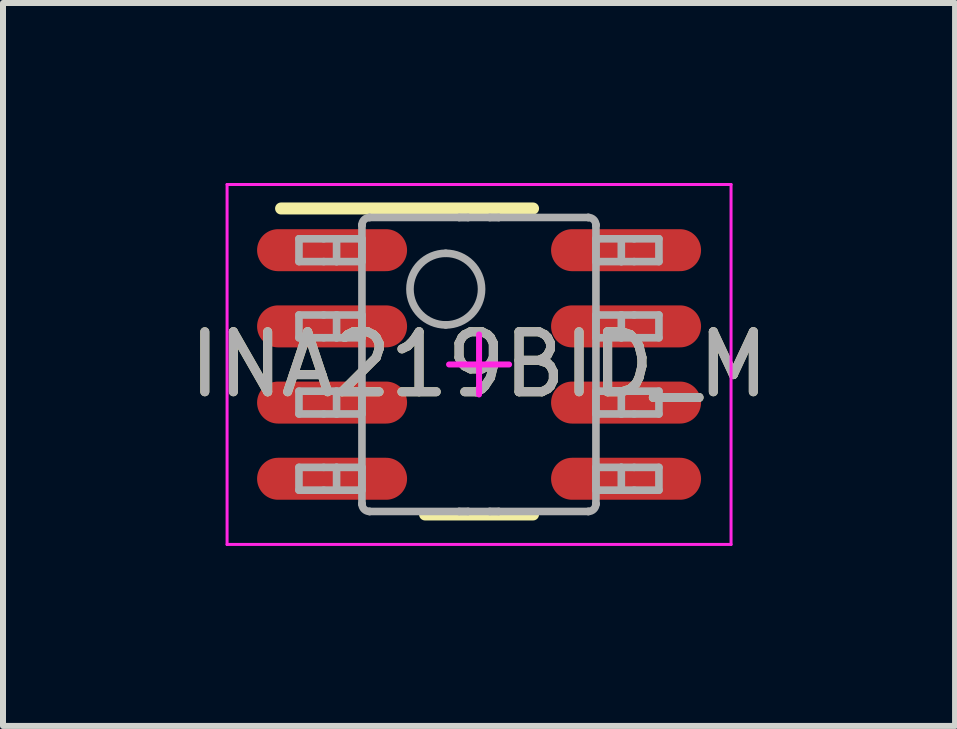
<source format=kicad_pcb>
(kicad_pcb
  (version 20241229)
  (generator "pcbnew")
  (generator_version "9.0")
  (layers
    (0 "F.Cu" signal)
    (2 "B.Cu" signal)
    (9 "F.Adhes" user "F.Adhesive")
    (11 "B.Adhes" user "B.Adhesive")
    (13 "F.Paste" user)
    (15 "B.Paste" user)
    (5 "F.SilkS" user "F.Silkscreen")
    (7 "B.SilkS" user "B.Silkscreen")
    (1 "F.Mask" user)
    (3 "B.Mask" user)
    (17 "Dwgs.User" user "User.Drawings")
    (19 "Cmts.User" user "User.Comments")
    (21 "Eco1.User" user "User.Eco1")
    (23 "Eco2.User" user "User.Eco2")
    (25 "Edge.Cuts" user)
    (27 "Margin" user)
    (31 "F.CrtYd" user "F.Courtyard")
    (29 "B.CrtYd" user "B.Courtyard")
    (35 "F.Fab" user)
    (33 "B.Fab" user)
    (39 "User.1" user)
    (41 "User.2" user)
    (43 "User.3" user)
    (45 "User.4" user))
  (footprint "INA219BID_M"
    (layer "F.Cu")
    (at 4.935 3.025)
    (property "Reference" "INA219BID_M" (at 0 0 0) (unlocked yes) (layer "F.SilkS") (effects (font (size 1 1) (thickness 0.15))))
    (attr smd)
    (fp_line (start -3.3 -2.6) (end 0.9 -2.6) (stroke (width 0.2) (type solid)) (layer "F.SilkS"))
    (fp_line (start -0.9 2.5) (end 0.9 2.5) (stroke (width 0.2) (type solid)) (layer "F.SilkS"))
    (fp_line (start -4.2 -3) (end 4.2 -3) (stroke (width 0.05) (type solid)) (layer "F.CrtYd"))
    (fp_line (start -4.2 3) (end -4.2 -3) (stroke (width 0.05) (type solid)) (layer "F.CrtYd"))
    (fp_line (start -4.2 3) (end 4.2 3) (stroke (width 0.05) (type solid)) (layer "F.CrtYd"))
    (fp_line (start -0.5 0) (end 0.5 0) (stroke (width 0.1) (type solid)) (layer "F.CrtYd"))
    (fp_line (start 0 0.5) (end 0 -0.5) (stroke (width 0.1) (type solid)) (layer "F.CrtYd"))
    (fp_line (start 4.2 3) (end 4.2 -3) (stroke (width 0.05) (type solid)) (layer "F.CrtYd"))
    (fp_line (start -3.002 -2.095) (end -2.589 -2.095) (stroke (width 0.127) (type solid)) (layer "F.Fab"))
    (fp_line (start -3.002 -1.715) (end -3.002 -2.095) (stroke (width 0.127) (type solid)) (layer "F.Fab"))
    (fp_line (start -3.002 -1.715) (end -2.589 -1.715) (stroke (width 0.127) (type solid)) (layer "F.Fab"))
    (fp_line (start -3.002 -0.825) (end -2.589 -0.825) (stroke (width 0.127) (type solid)) (layer "F.Fab"))
    (fp_line (start -3.002 -0.445) (end -3.002 -0.825) (stroke (width 0.127) (type solid)) (layer "F.Fab"))
    (fp_line (start -3.002 -0.445) (end -2.589 -0.445) (stroke (width 0.127) (type solid)) (layer "F.Fab"))
    (fp_line (start -3.002 0.445) (end -2.589 0.445) (stroke (width 0.127) (type solid)) (layer "F.Fab"))
    (fp_line (start -3.002 0.825) (end -3.002 0.445) (stroke (width 0.127) (type solid)) (layer "F.Fab"))
    (fp_line (start -3.002 0.825) (end -2.589 0.825) (stroke (width 0.127) (type solid)) (layer "F.Fab"))
    (fp_line (start -3.002 1.715) (end -2.589 1.715) (stroke (width 0.127) (type solid)) (layer "F.Fab"))
    (fp_line (start -3.002 2.095) (end -3.002 1.715) (stroke (width 0.127) (type solid)) (layer "F.Fab"))
    (fp_line (start -3.002 2.095) (end -2.589 2.095) (stroke (width 0.127) (type solid)) (layer "F.Fab"))
    (fp_line (start -2.589 -2.095) (end -2.375 -2.095) (stroke (width 0.127) (type solid)) (layer "F.Fab"))
    (fp_line (start -2.589 -1.715) (end -2.375 -1.715) (stroke (width 0.127) (type solid)) (layer "F.Fab"))
    (fp_line (start -2.589 -0.825) (end -2.375 -0.825) (stroke (width 0.127) (type solid)) (layer "F.Fab"))
    (fp_line (start -2.589 -0.445) (end -2.375 -0.445) (stroke (width 0.127) (type solid)) (layer "F.Fab"))
    (fp_line (start -2.589 0.445) (end -2.375 0.445) (stroke (width 0.127) (type solid)) (layer "F.Fab"))
    (fp_line (start -2.589 0.825) (end -2.375 0.825) (stroke (width 0.127) (type solid)) (layer "F.Fab"))
    (fp_line (start -2.589 1.715) (end -2.375 1.715) (stroke (width 0.127) (type solid)) (layer "F.Fab"))
    (fp_line (start -2.589 2.095) (end -2.375 2.095) (stroke (width 0.127) (type solid)) (layer "F.Fab"))
    (fp_line (start -2.375 -2.095) (end -1.995 -2.095) (stroke (width 0.127) (type solid)) (layer "F.Fab"))
    (fp_line (start -2.375 -1.715) (end -2.375 -2.095) (stroke (width 0.127) (type solid)) (layer "F.Fab"))
    (fp_line (start -2.375 -1.715) (end -1.995 -1.715) (stroke (width 0.127) (type solid)) (layer "F.Fab"))
    (fp_line (start -2.375 -0.825) (end -1.995 -0.825) (stroke (width 0.127) (type solid)) (layer "F.Fab"))
    (fp_line (start -2.375 -0.445) (end -2.375 -0.825) (stroke (width 0.127) (type solid)) (layer "F.Fab"))
    (fp_line (start -2.375 -0.445) (end -1.995 -0.445) (stroke (width 0.127) (type solid)) (layer "F.Fab"))
    (fp_line (start -2.375 0.445) (end -1.995 0.445) (stroke (width 0.127) (type solid)) (layer "F.Fab"))
    (fp_line (start -2.375 0.825) (end -2.375 0.445) (stroke (width 0.127) (type solid)) (layer "F.Fab"))
    (fp_line (start -2.375 0.825) (end -1.995 0.825) (stroke (width 0.127) (type solid)) (layer "F.Fab"))
    (fp_line (start -2.375 1.715) (end -1.995 1.715) (stroke (width 0.127) (type solid)) (layer "F.Fab"))
    (fp_line (start -2.375 2.095) (end -2.375 1.715) (stroke (width 0.127) (type solid)) (layer "F.Fab"))
    (fp_line (start -2.375 2.095) (end -1.995 2.095) (stroke (width 0.127) (type solid)) (layer "F.Fab"))
    (fp_line (start -1.995 -2.095) (end -1.952 -2.095) (stroke (width 0.127) (type solid)) (layer "F.Fab"))
    (fp_line (start -1.995 -1.715) (end -1.952 -1.715) (stroke (width 0.127) (type solid)) (layer "F.Fab"))
    (fp_line (start -1.995 -0.825) (end -1.952 -0.825) (stroke (width 0.127) (type solid)) (layer "F.Fab"))
    (fp_line (start -1.995 -0.445) (end -1.952 -0.445) (stroke (width 0.127) (type solid)) (layer "F.Fab"))
    (fp_line (start -1.995 0.445) (end -1.952 0.445) (stroke (width 0.127) (type solid)) (layer "F.Fab"))
    (fp_line (start -1.995 0.825) (end -1.952 0.825) (stroke (width 0.127) (type solid)) (layer "F.Fab"))
    (fp_line (start -1.995 1.715) (end -1.952 1.715) (stroke (width 0.127) (type solid)) (layer "F.Fab"))
    (fp_line (start -1.995 2.095) (end -1.952 2.095) (stroke (width 0.127) (type solid)) (layer "F.Fab"))
    (fp_line (start -1.952 -2.323) (end -1.952 -2.324) (stroke (width 0.127) (type solid)) (layer "F.Fab"))
    (fp_line (start -1.952 -1.715) (end -1.952 -2.095) (stroke (width 0.127) (type solid)) (layer "F.Fab"))
    (fp_line (start -1.952 -0.445) (end -1.952 -0.825) (stroke (width 0.127) (type solid)) (layer "F.Fab"))
    (fp_line (start -1.952 0.825) (end -1.952 0.445) (stroke (width 0.127) (type solid)) (layer "F.Fab"))
    (fp_line (start -1.952 2.095) (end -1.952 1.715) (stroke (width 0.127) (type solid)) (layer "F.Fab"))
    (fp_line (start -1.952 2.323) (end -1.952 -2.323) (stroke (width 0.127) (type solid)) (layer "F.Fab"))
    (fp_line (start -1.952 2.324) (end -1.952 2.323) (stroke (width 0.127) (type solid)) (layer "F.Fab"))
    (fp_line (start -1.826 -2.45) (end -1.825 -2.45) (stroke (width 0.127) (type solid)) (layer "F.Fab"))
    (fp_line (start -1.826 2.45) (end -1.825 2.45) (stroke (width 0.127) (type solid)) (layer "F.Fab"))
    (fp_line (start -1.825 -2.45) (end -0.332 -2.45) (stroke (width 0.127) (type solid)) (layer "F.Fab"))
    (fp_line (start -1.825 2.45) (end -0.332 2.45) (stroke (width 0.127) (type solid)) (layer "F.Fab"))
    (fp_line (start -0.332 -2.45) (end -0.182 -2.45) (stroke (width 0.127) (type solid)) (layer "F.Fab"))
    (fp_line (start -0.332 -2.45) (end -0.182 -2.45) (stroke (width 0.127) (type solid)) (layer "F.Fab"))
    (fp_line (start -0.332 2.45) (end -0.182 2.45) (stroke (width 0.127) (type solid)) (layer "F.Fab"))
    (fp_line (start -0.332 2.45) (end -0.182 2.45) (stroke (width 0.127) (type solid)) (layer "F.Fab"))
    (fp_line (start -0.182 -2.45) (end 0.178 -2.45) (stroke (width 0.127) (type solid)) (layer "F.Fab"))
    (fp_line (start -0.182 2.45) (end 0.178 2.45) (stroke (width 0.127) (type solid)) (layer "F.Fab"))
    (fp_line (start 0.178 -2.45) (end 0.328 -2.45) (stroke (width 0.127) (type solid)) (layer "F.Fab"))
    (fp_line (start 0.178 -2.45) (end 0.328 -2.45) (stroke (width 0.127) (type solid)) (layer "F.Fab"))
    (fp_line (start 0.178 2.45) (end 0.328 2.45) (stroke (width 0.127) (type solid)) (layer "F.Fab"))
    (fp_line (start 0.178 2.45) (end 0.328 2.45) (stroke (width 0.127) (type solid)) (layer "F.Fab"))
    (fp_line (start 0.328 -2.45) (end 1.821 -2.45) (stroke (width 0.127) (type solid)) (layer "F.Fab"))
    (fp_line (start 0.328 2.45) (end 1.821 2.45) (stroke (width 0.127) (type solid)) (layer "F.Fab"))
    (fp_line (start 1.821 -2.45) (end 1.822 -2.45) (stroke (width 0.127) (type solid)) (layer "F.Fab"))
    (fp_line (start 1.821 2.45) (end 1.822 2.45) (stroke (width 0.127) (type solid)) (layer "F.Fab"))
    (fp_line (start 1.948 -2.323) (end 1.948 -2.324) (stroke (width 0.127) (type solid)) (layer "F.Fab"))
    (fp_line (start 1.948 -2.095) (end 1.991 -2.095) (stroke (width 0.127) (type solid)) (layer "F.Fab"))
    (fp_line (start 1.948 -1.715) (end 1.948 -2.095) (stroke (width 0.127) (type solid)) (layer "F.Fab"))
    (fp_line (start 1.948 -1.715) (end 1.991 -1.715) (stroke (width 0.127) (type solid)) (layer "F.Fab"))
    (fp_line (start 1.948 -0.825) (end 1.991 -0.825) (stroke (width 0.127) (type solid)) (layer "F.Fab"))
    (fp_line (start 1.948 -0.445) (end 1.948 -0.825) (stroke (width 0.127) (type solid)) (layer "F.Fab"))
    (fp_line (start 1.948 -0.445) (end 1.991 -0.445) (stroke (width 0.127) (type solid)) (layer "F.Fab"))
    (fp_line (start 1.948 0.445) (end 1.991 0.445) (stroke (width 0.127) (type solid)) (layer "F.Fab"))
    (fp_line (start 1.948 0.825) (end 1.948 0.445) (stroke (width 0.127) (type solid)) (layer "F.Fab"))
    (fp_line (start 1.948 0.825) (end 1.991 0.825) (stroke (width 0.127) (type solid)) (layer "F.Fab"))
    (fp_line (start 1.948 1.715) (end 1.991 1.715) (stroke (width 0.127) (type solid)) (layer "F.Fab"))
    (fp_line (start 1.948 2.095) (end 1.948 1.715) (stroke (width 0.127) (type solid)) (layer "F.Fab"))
    (fp_line (start 1.948 2.095) (end 1.991 2.095) (stroke (width 0.127) (type solid)) (layer "F.Fab"))
    (fp_line (start 1.948 2.323) (end 1.948 -2.323) (stroke (width 0.127) (type solid)) (layer "F.Fab"))
    (fp_line (start 1.948 2.324) (end 1.948 2.323) (stroke (width 0.127) (type solid)) (layer "F.Fab"))
    (fp_line (start 1.991 -2.095) (end 2.371 -2.095) (stroke (width 0.127) (type solid)) (layer "F.Fab"))
    (fp_line (start 1.991 -1.715) (end 2.371 -1.715) (stroke (width 0.127) (type solid)) (layer "F.Fab"))
    (fp_line (start 1.991 -0.825) (end 2.371 -0.825) (stroke (width 0.127) (type solid)) (layer "F.Fab"))
    (fp_line (start 1.991 -0.445) (end 2.371 -0.445) (stroke (width 0.127) (type solid)) (layer "F.Fab"))
    (fp_line (start 1.991 0.445) (end 2.371 0.445) (stroke (width 0.127) (type solid)) (layer "F.Fab"))
    (fp_line (start 1.991 0.825) (end 2.371 0.825) (stroke (width 0.127) (type solid)) (layer "F.Fab"))
    (fp_line (start 1.991 1.715) (end 2.371 1.715) (stroke (width 0.127) (type solid)) (layer "F.Fab"))
    (fp_line (start 1.991 2.095) (end 2.371 2.095) (stroke (width 0.127) (type solid)) (layer "F.Fab"))
    (fp_line (start 2.371 -2.095) (end 2.585 -2.095) (stroke (width 0.127) (type solid)) (layer "F.Fab"))
    (fp_line (start 2.371 -1.715) (end 2.371 -2.095) (stroke (width 0.127) (type solid)) (layer "F.Fab"))
    (fp_line (start 2.371 -1.715) (end 2.585 -1.715) (stroke (width 0.127) (type solid)) (layer "F.Fab"))
    (fp_line (start 2.371 -0.825) (end 2.585 -0.825) (stroke (width 0.127) (type solid)) (layer "F.Fab"))
    (fp_line (start 2.371 -0.445) (end 2.371 -0.825) (stroke (width 0.127) (type solid)) (layer "F.Fab"))
    (fp_line (start 2.371 -0.445) (end 2.585 -0.445) (stroke (width 0.127) (type solid)) (layer "F.Fab"))
    (fp_line (start 2.371 0.445) (end 2.585 0.445) (stroke (width 0.127) (type solid)) (layer "F.Fab"))
    (fp_line (start 2.371 0.825) (end 2.371 0.445) (stroke (width 0.127) (type solid)) (layer "F.Fab"))
    (fp_line (start 2.371 0.825) (end 2.585 0.825) (stroke (width 0.127) (type solid)) (layer "F.Fab"))
    (fp_line (start 2.371 1.715) (end 2.585 1.715) (stroke (width 0.127) (type solid)) (layer "F.Fab"))
    (fp_line (start 2.371 2.095) (end 2.371 1.715) (stroke (width 0.127) (type solid)) (layer "F.Fab"))
    (fp_line (start 2.371 2.095) (end 2.585 2.095) (stroke (width 0.127) (type solid)) (layer "F.Fab"))
    (fp_line (start 2.585 -2.095) (end 2.998 -2.095) (stroke (width 0.127) (type solid)) (layer "F.Fab"))
    (fp_line (start 2.585 -1.715) (end 2.998 -1.715) (stroke (width 0.127) (type solid)) (layer "F.Fab"))
    (fp_line (start 2.585 -0.825) (end 2.998 -0.825) (stroke (width 0.127) (type solid)) (layer "F.Fab"))
    (fp_line (start 2.585 -0.445) (end 2.998 -0.445) (stroke (width 0.127) (type solid)) (layer "F.Fab"))
    (fp_line (start 2.585 0.445) (end 2.998 0.445) (stroke (width 0.127) (type solid)) (layer "F.Fab"))
    (fp_line (start 2.585 0.825) (end 2.998 0.825) (stroke (width 0.127) (type solid)) (layer "F.Fab"))
    (fp_line (start 2.585 1.715) (end 2.998 1.715) (stroke (width 0.127) (type solid)) (layer "F.Fab"))
    (fp_line (start 2.585 2.095) (end 2.998 2.095) (stroke (width 0.127) (type solid)) (layer "F.Fab"))
    (fp_line (start 2.998 -1.715) (end 2.998 -2.095) (stroke (width 0.127) (type solid)) (layer "F.Fab"))
    (fp_line (start 2.998 -0.445) (end 2.998 -0.825) (stroke (width 0.127) (type solid)) (layer "F.Fab"))
    (fp_line (start 2.998 0.825) (end 2.998 0.445) (stroke (width 0.127) (type solid)) (layer "F.Fab"))
    (fp_line (start 2.998 2.095) (end 2.998 1.715) (stroke (width 0.127) (type solid)) (layer "F.Fab"))
    (fp_arc (start -1.952002 -2.323941) (mid -1.914806 -2.412806) (end -1.825941 -2.450002) (stroke (width 0.127) (type solid)) (layer "F.Fab"))
    (fp_arc (start -1.825941 2.449992) (mid -1.914806 2.412795) (end -1.952002 2.323931) (stroke (width 0.127) (type solid)) (layer "F.Fab"))
    (fp_arc (start -0.555 -1.8531) (mid 0.0419 -1.2562) (end -0.555 -0.6593) (stroke (width 0.127) (type solid)) (layer "F.Fab"))
    (fp_arc (start -0.555 -0.6593) (mid -1.1519 -1.2562) (end -0.555 -1.8531) (stroke (width 0.127) (type solid)) (layer "F.Fab"))
    (fp_arc (start 1.821933 -2.450002) (mid 1.910797 -2.412806) (end 1.947994 -2.323941) (stroke (width 0.127) (type solid)) (layer "F.Fab"))
    (fp_arc (start 1.947994 2.323931) (mid 1.910797 2.412795) (end 1.821933 2.449992) (stroke (width 0.127) (type solid)) (layer "F.Fab"))
    (fp_text user "${REFERENCE}" (at 0 0 0) (unlocked yes) (layer "F.Fab") (effects (font (size 1 1) (thickness 0.15))))
    (pad "1" smd oval (at -2.45 -1.905 90) (size 0.7 2.5) (layers "F.Cu" "F.Mask" "F.Paste"))
    (pad "2" smd oval (at -2.45 -0.635 90) (size 0.7 2.5) (layers "F.Cu" "F.Mask" "F.Paste"))
    (pad "3" smd oval (at -2.45 0.635 90) (size 0.7 2.5) (layers "F.Cu" "F.Mask" "F.Paste"))
    (pad "4" smd oval (at -2.45 1.905 90) (size 0.7 2.5) (layers "F.Cu" "F.Mask" "F.Paste"))
    (pad "5" smd oval (at 2.45 1.905 90) (size 0.7 2.5) (layers "F.Cu" "F.Mask" "F.Paste"))
    (pad "6" smd oval (at 2.45 0.635 90) (size 0.7 2.5) (layers "F.Cu" "F.Mask" "F.Paste"))
    (pad "7" smd oval (at 2.45 -0.635 90) (size 0.7 2.5) (layers "F.Cu" "F.Mask" "F.Paste"))
    (pad "8" smd oval (at 2.45 -1.905 90) (size 0.7 2.5) (layers "F.Cu" "F.Mask" "F.Paste")))
  (gr_rect
    (start -3 -3)
    (end 12.869 9.05)
    (stroke (width 0.1) (type default))
    (fill no)
    (layer "Edge.Cuts")))
</source>
